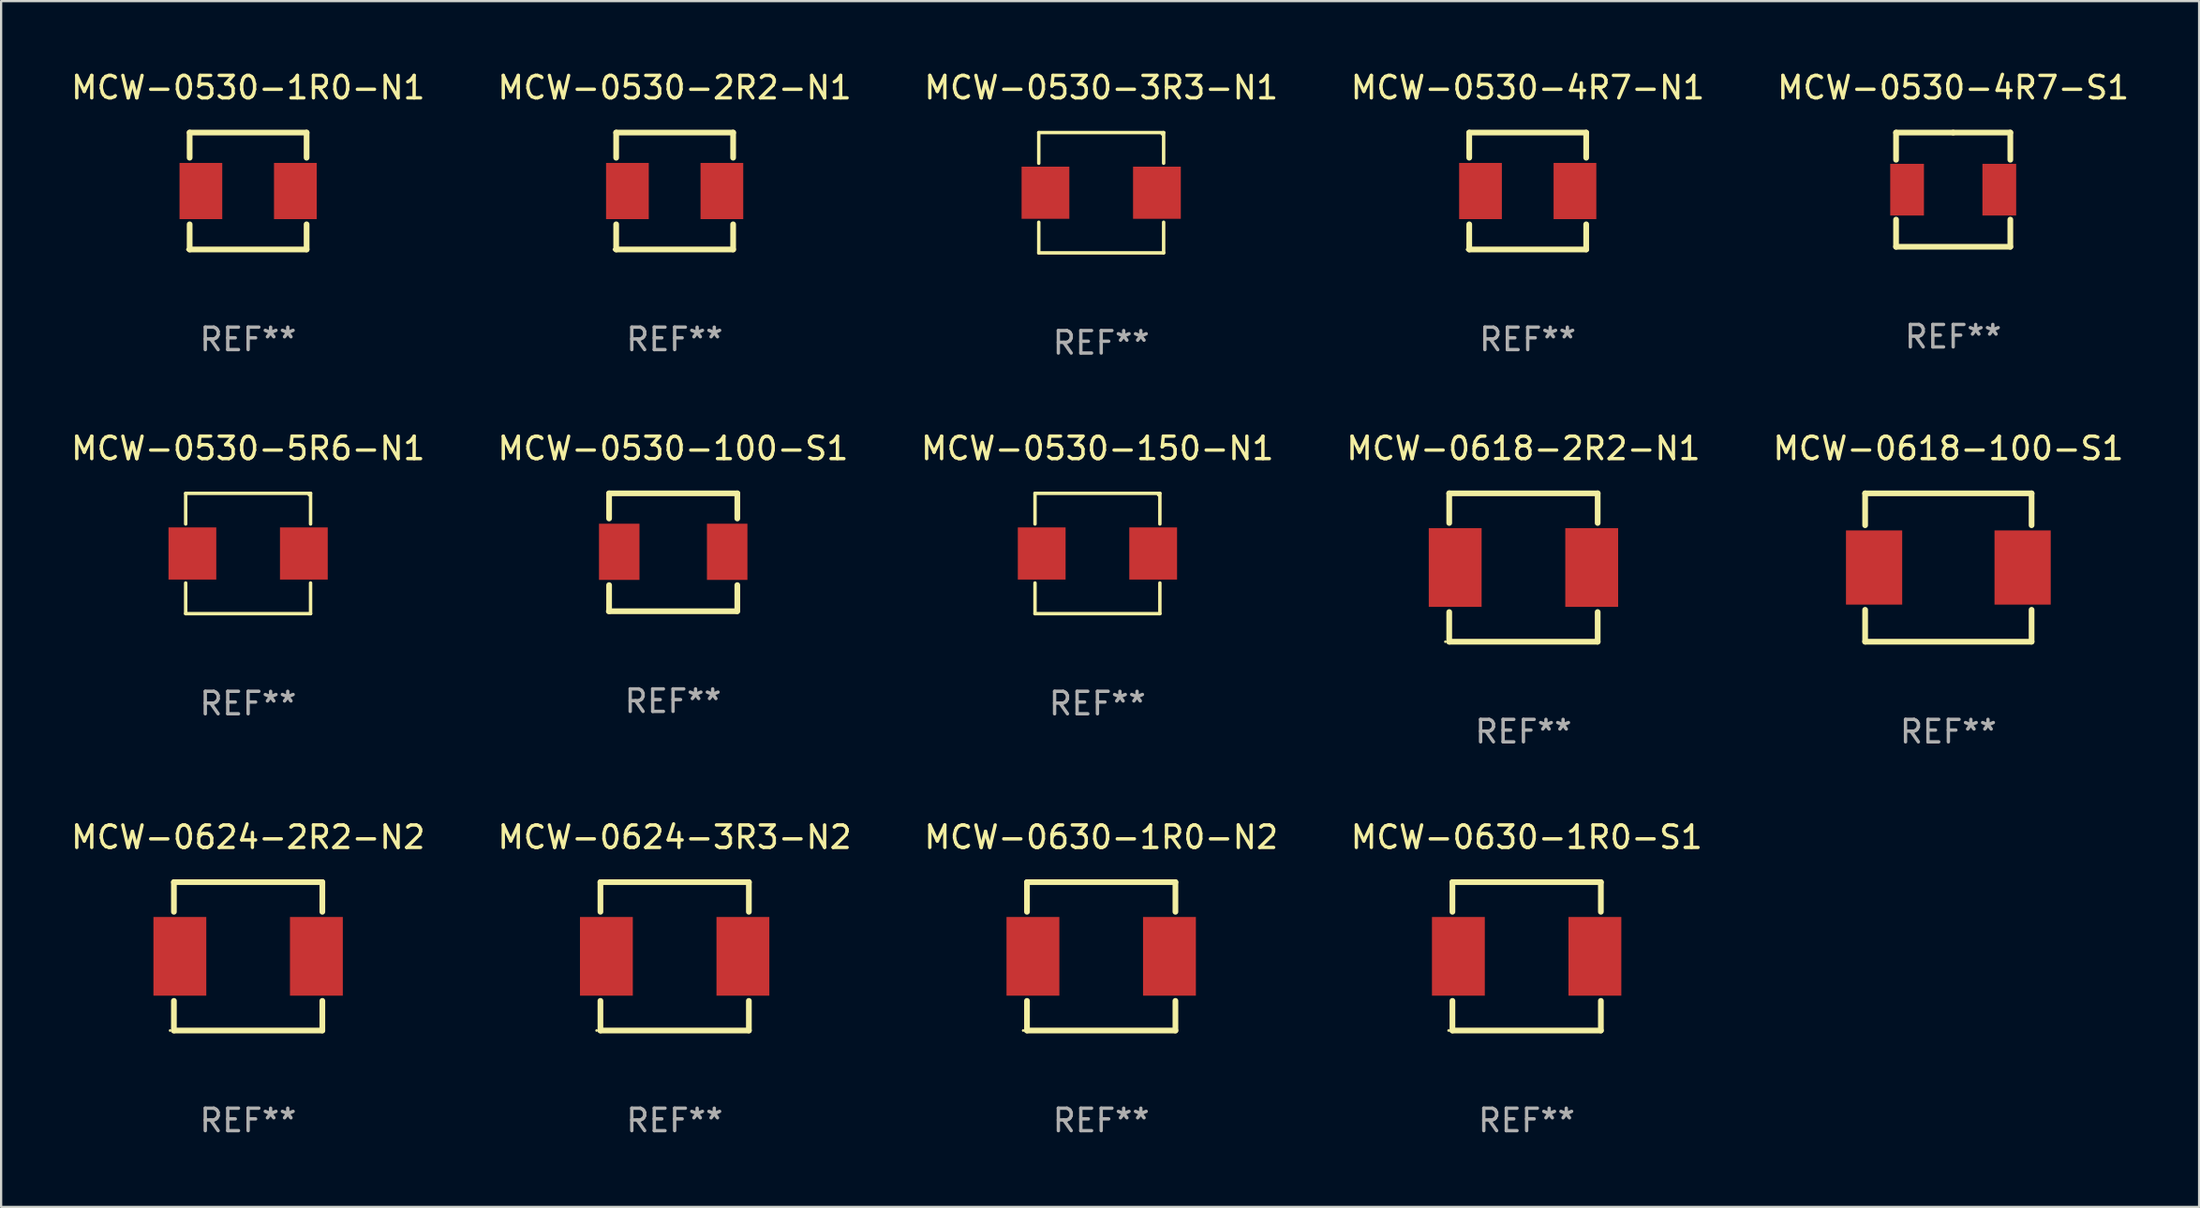
<source format=kicad_pcb>
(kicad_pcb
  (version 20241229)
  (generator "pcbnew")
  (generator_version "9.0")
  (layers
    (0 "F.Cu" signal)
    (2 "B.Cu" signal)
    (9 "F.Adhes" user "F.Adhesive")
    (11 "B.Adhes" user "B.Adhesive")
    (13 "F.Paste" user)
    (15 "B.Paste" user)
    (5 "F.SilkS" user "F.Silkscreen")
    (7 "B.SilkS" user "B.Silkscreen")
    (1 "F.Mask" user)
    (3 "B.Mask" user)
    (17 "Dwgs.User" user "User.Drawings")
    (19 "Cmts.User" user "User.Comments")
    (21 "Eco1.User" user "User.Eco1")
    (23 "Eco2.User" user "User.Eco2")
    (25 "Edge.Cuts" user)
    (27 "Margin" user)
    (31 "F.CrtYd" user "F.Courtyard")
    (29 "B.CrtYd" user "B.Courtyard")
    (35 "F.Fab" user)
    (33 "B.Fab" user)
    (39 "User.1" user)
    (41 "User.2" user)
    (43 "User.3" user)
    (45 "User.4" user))
  (footprint "MCW-0624-2R2-N2"
    (layer "F.Cu")
    (at 7.982 39.494)
    (property "Reference" "MCW-0624-2R2-N2" (at 0 -5.3 0) (layer "F.SilkS") (effects (font (size 1 1) (thickness 0.15))))
    (attr through_hole)
    (fp_line (start -3.3 -3.3) (end 3.3 -3.3) (stroke (width 0.254) (type solid)) (layer "F.SilkS"))
    (fp_line (start -3.3 -1.981) (end -3.3 -3.3) (stroke (width 0.254) (type solid)) (layer "F.SilkS"))
    (fp_line (start -3.3 3.3) (end -3.3 1.981) (stroke (width 0.254) (type solid)) (layer "F.SilkS"))
    (fp_line (start 3.3 -3.3) (end 3.3 -1.981) (stroke (width 0.254) (type solid)) (layer "F.SilkS"))
    (fp_line (start 3.3 1.981) (end 3.3 3.3) (stroke (width 0.254) (type solid)) (layer "F.SilkS"))
    (fp_line (start 3.3 3.3) (end -3.3 3.3) (stroke (width 0.254) (type solid)) (layer "F.SilkS"))
    (fp_circle (center -3.47 3.3) (end -3.44 3.3) (stroke (width 0.06) (type solid)) (fill no) (layer "F.SilkS"))
    (fp_text user "REF**" (at 0 7.3 0) (layer "F.Fab") (effects (font (size 1 1) (thickness 0.15))))
    (pad "1" smd rect (at -3.035 0) (size 2.35 3.5) (layers "F.Cu" "F.Mask" "F.Paste"))
    (pad "2" smd rect (at 3.035 0) (size 2.35 3.5) (layers "F.Cu" "F.Mask" "F.Paste")))
  (footprint "MCW-0530-4R7-S1"
    (layer "F.Cu")
    (at 83.792 5.388)
    (property "Reference" "MCW-0530-4R7-S1" (at 0 -4.54 0) (layer "F.SilkS") (effects (font (size 1 1) (thickness 0.15))))
    (attr through_hole)
    (fp_line (start -2.54 -2.54) (end 0 -2.54) (stroke (width 0.254) (type solid)) (layer "F.SilkS"))
    (fp_line (start -2.54 -1.331) (end -2.54 -2.54) (stroke (width 0.254) (type solid)) (layer "F.SilkS"))
    (fp_line (start -2.54 2.54) (end -2.54 1.331) (stroke (width 0.254) (type solid)) (layer "F.SilkS"))
    (fp_line (start 0 -2.54) (end 2.54 -2.54) (stroke (width 0.254) (type solid)) (layer "F.SilkS"))
    (fp_line (start 2.54 -2.54) (end 2.54 -1.331) (stroke (width 0.254) (type solid)) (layer "F.SilkS"))
    (fp_line (start 2.54 1.331) (end 2.54 2.54) (stroke (width 0.254) (type solid)) (layer "F.SilkS"))
    (fp_line (start 2.54 2.54) (end -2.54 2.54) (stroke (width 0.254) (type solid)) (layer "F.SilkS"))
    (fp_circle (center -2.5 2.5) (end -2.47 2.5) (stroke (width 0.06) (type solid)) (fill no) (layer "F.SilkS"))
    (fp_text user "REF**" (at 0 6.54 0) (layer "F.Fab") (effects (font (size 1 1) (thickness 0.15))))
    (pad "1" smd rect (at -2.05 0) (size 1.5 2.3) (layers "F.Cu" "F.Mask" "F.Paste"))
    (pad "2" smd rect (at 2.05 0) (size 1.5 2.3) (layers "F.Cu" "F.Mask" "F.Paste")))
  (footprint "MCW-0530-150-N1"
    (layer "F.Cu")
    (at 45.744 21.573)
    (property "Reference" "MCW-0530-150-N1" (at 0 -4.676 0) (layer "F.SilkS") (effects (font (size 1 1) (thickness 0.15))))
    (attr through_hole)
    (fp_line (start -2.776 -2.676) (end 2.776 -2.676) (stroke (width 0.152) (type solid)) (layer "F.SilkS"))
    (fp_line (start -2.776 -1.312) (end -2.776 -2.676) (stroke (width 0.152) (type solid)) (layer "F.SilkS"))
    (fp_line (start -2.776 1.312) (end -2.776 2.676) (stroke (width 0.152) (type solid)) (layer "F.SilkS"))
    (fp_line (start -2.776 2.676) (end 2.776 2.676) (stroke (width 0.152) (type solid)) (layer "F.SilkS"))
    (fp_line (start 2.776 -2.676) (end 2.776 -1.312) (stroke (width 0.152) (type solid)) (layer "F.SilkS"))
    (fp_line (start 2.776 2.676) (end 2.776 1.312) (stroke (width 0.152) (type solid)) (layer "F.SilkS"))
    (fp_circle (center 2.7 -2.6) (end 2.73 -2.6) (stroke (width 0.06) (type solid)) (fill no) (layer "F.SilkS"))
    (fp_text user "REF**" (at 0 6.676 0) (layer "F.Fab") (effects (font (size 1 1) (thickness 0.15))))
    (pad "1" smd rect (at 2.478 0) (size 2.124 2.32) (layers "F.Cu" "F.Mask" "F.Paste"))
    (pad "2" smd rect (at -2.478 0) (size 2.124 2.32) (layers "F.Cu" "F.Mask" "F.Paste")))
  (footprint "MCW-0530-1R0-N1"
    (layer "F.Cu")
    (at 7.982 5.448)
    (property "Reference" "MCW-0530-1R0-N1" (at 0 -4.6 0) (layer "F.SilkS") (effects (font (size 1 1) (thickness 0.15))))
    (attr through_hole)
    (fp_line (start -2.6 -2.6) (end 2.6 -2.6) (stroke (width 0.254) (type solid)) (layer "F.SilkS"))
    (fp_line (start -2.6 -1.481) (end -2.6 -2.6) (stroke (width 0.254) (type solid)) (layer "F.SilkS"))
    (fp_line (start -2.6 2.6) (end -2.6 1.481) (stroke (width 0.254) (type solid)) (layer "F.SilkS"))
    (fp_line (start 2.6 -2.6) (end 2.6 -1.481) (stroke (width 0.254) (type solid)) (layer "F.SilkS"))
    (fp_line (start 2.6 1.481) (end 2.6 2.6) (stroke (width 0.254) (type solid)) (layer "F.SilkS"))
    (fp_line (start 2.6 2.6) (end -2.6 2.6) (stroke (width 0.254) (type solid)) (layer "F.SilkS"))
    (fp_circle (center -2.7 2.6) (end -2.67 2.6) (stroke (width 0.06) (type solid)) (fill no) (layer "F.SilkS"))
    (fp_text user "REF**" (at 0 6.6 0) (layer "F.Fab") (effects (font (size 1 1) (thickness 0.15))))
    (pad "1" smd rect (at -2.1 0) (size 1.9 2.5) (layers "F.Cu" "F.Mask" "F.Paste"))
    (pad "2" smd rect (at 2.1 0) (size 1.9 2.5) (layers "F.Cu" "F.Mask" "F.Paste")))
  (footprint "MCW-0624-3R3-N2"
    (layer "F.Cu")
    (at 26.946 39.494)
    (property "Reference" "MCW-0624-3R3-N2" (at 0 -5.3 0) (layer "F.SilkS") (effects (font (size 1 1) (thickness 0.15))))
    (attr through_hole)
    (fp_line (start -3.3 -3.3) (end 3.3 -3.3) (stroke (width 0.254) (type solid)) (layer "F.SilkS"))
    (fp_line (start -3.3 -1.981) (end -3.3 -3.3) (stroke (width 0.254) (type solid)) (layer "F.SilkS"))
    (fp_line (start -3.3 3.3) (end -3.3 1.981) (stroke (width 0.254) (type solid)) (layer "F.SilkS"))
    (fp_line (start 3.3 -3.3) (end 3.3 -1.981) (stroke (width 0.254) (type solid)) (layer "F.SilkS"))
    (fp_line (start 3.3 1.981) (end 3.3 3.3) (stroke (width 0.254) (type solid)) (layer "F.SilkS"))
    (fp_line (start 3.3 3.3) (end -3.3 3.3) (stroke (width 0.254) (type solid)) (layer "F.SilkS"))
    (fp_circle (center -3.47 3.3) (end -3.44 3.3) (stroke (width 0.06) (type solid)) (fill no) (layer "F.SilkS"))
    (fp_text user "REF**" (at 0 7.3 0) (layer "F.Fab") (effects (font (size 1 1) (thickness 0.15))))
    (pad "1" smd rect (at -3.035 0) (size 2.35 3.5) (layers "F.Cu" "F.Mask" "F.Paste"))
    (pad "2" smd rect (at 3.035 0) (size 2.35 3.5) (layers "F.Cu" "F.Mask" "F.Paste")))
  (footprint "MCW-0630-1R0-S1"
    (layer "F.Cu")
    (at 64.827 39.494)
    (property "Reference" "MCW-0630-1R0-S1" (at 0 -5.3 0) (layer "F.SilkS") (effects (font (size 1 1) (thickness 0.15))))
    (attr through_hole)
    (fp_line (start -3.3 -3.3) (end 3.3 -3.3) (stroke (width 0.254) (type solid)) (layer "F.SilkS"))
    (fp_line (start -3.3 -1.981) (end -3.3 -3.3) (stroke (width 0.254) (type solid)) (layer "F.SilkS"))
    (fp_line (start -3.3 3.3) (end -3.3 1.981) (stroke (width 0.254) (type solid)) (layer "F.SilkS"))
    (fp_line (start 3.3 -3.3) (end 3.3 -1.981) (stroke (width 0.254) (type solid)) (layer "F.SilkS"))
    (fp_line (start 3.3 1.981) (end 3.3 3.3) (stroke (width 0.254) (type solid)) (layer "F.SilkS"))
    (fp_line (start 3.3 3.3) (end -3.3 3.3) (stroke (width 0.254) (type solid)) (layer "F.SilkS"))
    (fp_circle (center -3.47 3.3) (end -3.44 3.3) (stroke (width 0.06) (type solid)) (fill no) (layer "F.SilkS"))
    (fp_text user "REF**" (at 0 7.3 0) (layer "F.Fab") (effects (font (size 1 1) (thickness 0.15))))
    (pad "1" smd rect (at -3.035 0) (size 2.35 3.5) (layers "F.Cu" "F.Mask" "F.Paste"))
    (pad "2" smd rect (at 3.035 0) (size 2.35 3.5) (layers "F.Cu" "F.Mask" "F.Paste")))
  (footprint "MCW-0530-2R2-N1"
    (layer "F.Cu")
    (at 26.946 5.448)
    (property "Reference" "MCW-0530-2R2-N1" (at 0 -4.6 0) (layer "F.SilkS") (effects (font (size 1 1) (thickness 0.15))))
    (attr through_hole)
    (fp_line (start -2.6 -2.6) (end 2.6 -2.6) (stroke (width 0.254) (type solid)) (layer "F.SilkS"))
    (fp_line (start -2.6 -1.481) (end -2.6 -2.6) (stroke (width 0.254) (type solid)) (layer "F.SilkS"))
    (fp_line (start -2.6 2.6) (end -2.6 1.481) (stroke (width 0.254) (type solid)) (layer "F.SilkS"))
    (fp_line (start 2.6 -2.6) (end 2.6 -1.481) (stroke (width 0.254) (type solid)) (layer "F.SilkS"))
    (fp_line (start 2.6 1.481) (end 2.6 2.6) (stroke (width 0.254) (type solid)) (layer "F.SilkS"))
    (fp_line (start 2.6 2.6) (end -2.6 2.6) (stroke (width 0.254) (type solid)) (layer "F.SilkS"))
    (fp_circle (center -2.7 2.6) (end -2.67 2.6) (stroke (width 0.06) (type solid)) (fill no) (layer "F.SilkS"))
    (fp_text user "REF**" (at 0 6.6 0) (layer "F.Fab") (effects (font (size 1 1) (thickness 0.15))))
    (pad "1" smd rect (at -2.1 0) (size 1.9 2.5) (layers "F.Cu" "F.Mask" "F.Paste"))
    (pad "2" smd rect (at 2.1 0) (size 1.9 2.5) (layers "F.Cu" "F.Mask" "F.Paste")))
  (footprint "MCW-0530-4R7-N1"
    (layer "F.Cu")
    (at 64.875 5.448)
    (property "Reference" "MCW-0530-4R7-N1" (at 0 -4.6 0) (layer "F.SilkS") (effects (font (size 1 1) (thickness 0.15))))
    (attr through_hole)
    (fp_line (start -2.6 -2.6) (end 2.6 -2.6) (stroke (width 0.254) (type solid)) (layer "F.SilkS"))
    (fp_line (start -2.6 -1.481) (end -2.6 -2.6) (stroke (width 0.254) (type solid)) (layer "F.SilkS"))
    (fp_line (start -2.6 2.6) (end -2.6 1.481) (stroke (width 0.254) (type solid)) (layer "F.SilkS"))
    (fp_line (start 2.6 -2.6) (end 2.6 -1.481) (stroke (width 0.254) (type solid)) (layer "F.SilkS"))
    (fp_line (start 2.6 1.481) (end 2.6 2.6) (stroke (width 0.254) (type solid)) (layer "F.SilkS"))
    (fp_line (start 2.6 2.6) (end -2.6 2.6) (stroke (width 0.254) (type solid)) (layer "F.SilkS"))
    (fp_circle (center -2.7 2.6) (end -2.67 2.6) (stroke (width 0.06) (type solid)) (fill no) (layer "F.SilkS"))
    (fp_text user "REF**" (at 0 6.6 0) (layer "F.Fab") (effects (font (size 1 1) (thickness 0.15))))
    (pad "1" smd rect (at -2.1 0) (size 1.9 2.5) (layers "F.Cu" "F.Mask" "F.Paste"))
    (pad "2" smd rect (at 2.1 0) (size 1.9 2.5) (layers "F.Cu" "F.Mask" "F.Paste")))
  (footprint "MCW-0630-1R0-N2"
    (layer "F.Cu")
    (at 45.911 39.494)
    (property "Reference" "MCW-0630-1R0-N2" (at 0 -5.3 0) (layer "F.SilkS") (effects (font (size 1 1) (thickness 0.15))))
    (attr through_hole)
    (fp_line (start -3.3 -3.3) (end 3.3 -3.3) (stroke (width 0.254) (type solid)) (layer "F.SilkS"))
    (fp_line (start -3.3 -1.981) (end -3.3 -3.3) (stroke (width 0.254) (type solid)) (layer "F.SilkS"))
    (fp_line (start -3.3 3.3) (end -3.3 1.981) (stroke (width 0.254) (type solid)) (layer "F.SilkS"))
    (fp_line (start 3.3 -3.3) (end 3.3 -1.981) (stroke (width 0.254) (type solid)) (layer "F.SilkS"))
    (fp_line (start 3.3 1.981) (end 3.3 3.3) (stroke (width 0.254) (type solid)) (layer "F.SilkS"))
    (fp_line (start 3.3 3.3) (end -3.3 3.3) (stroke (width 0.254) (type solid)) (layer "F.SilkS"))
    (fp_circle (center -3.47 3.3) (end -3.44 3.3) (stroke (width 0.06) (type solid)) (fill no) (layer "F.SilkS"))
    (fp_text user "REF**" (at 0 7.3 0) (layer "F.Fab") (effects (font (size 1 1) (thickness 0.15))))
    (pad "1" smd rect (at -3.035 0) (size 2.35 3.5) (layers "F.Cu" "F.Mask" "F.Paste"))
    (pad "2" smd rect (at 3.035 0) (size 2.35 3.5) (layers "F.Cu" "F.Mask" "F.Paste")))
  (footprint "MCW-0530-5R6-N1"
    (layer "F.Cu")
    (at 7.982 21.573)
    (property "Reference" "MCW-0530-5R6-N1" (at 0 -4.676 0) (layer "F.SilkS") (effects (font (size 1 1) (thickness 0.15))))
    (attr through_hole)
    (fp_line (start -2.776 -2.676) (end 2.776 -2.676) (stroke (width 0.152) (type solid)) (layer "F.SilkS"))
    (fp_line (start -2.776 -1.312) (end -2.776 -2.676) (stroke (width 0.152) (type solid)) (layer "F.SilkS"))
    (fp_line (start -2.776 1.312) (end -2.776 2.676) (stroke (width 0.152) (type solid)) (layer "F.SilkS"))
    (fp_line (start -2.776 2.676) (end 2.776 2.676) (stroke (width 0.152) (type solid)) (layer "F.SilkS"))
    (fp_line (start 2.776 -2.676) (end 2.776 -1.312) (stroke (width 0.152) (type solid)) (layer "F.SilkS"))
    (fp_line (start 2.776 2.676) (end 2.776 1.312) (stroke (width 0.152) (type solid)) (layer "F.SilkS"))
    (fp_circle (center 2.7 -2.6) (end 2.73 -2.6) (stroke (width 0.06) (type solid)) (fill no) (layer "F.SilkS"))
    (fp_text user "REF**" (at 0 6.676 0) (layer "F.Fab") (effects (font (size 1 1) (thickness 0.15))))
    (pad "1" smd rect (at 2.478 0) (size 2.124 2.32) (layers "F.Cu" "F.Mask" "F.Paste"))
    (pad "2" smd rect (at -2.478 0) (size 2.124 2.32) (layers "F.Cu" "F.Mask" "F.Paste")))
  (footprint "MCW-0618-100-S1"
    (layer "F.Cu")
    (at 83.577 22.197)
    (property "Reference" "MCW-0618-100-S1" (at 0 -5.3 0) (layer "F.SilkS") (effects (font (size 1 1) (thickness 0.15))))
    (attr through_hole)
    (fp_line (start -3.7 -3.3) (end -3.7 -1.881) (stroke (width 0.254) (type solid)) (layer "F.SilkS"))
    (fp_line (start -3.7 -3.3) (end 3.7 -3.3) (stroke (width 0.254) (type solid)) (layer "F.SilkS"))
    (fp_line (start -3.7 1.881) (end -3.7 3.3) (stroke (width 0.254) (type solid)) (layer "F.SilkS"))
    (fp_line (start 3.7 -1.881) (end 3.7 -3.3) (stroke (width 0.254) (type solid)) (layer "F.SilkS"))
    (fp_line (start 3.7 3.3) (end -3.7 3.3) (stroke (width 0.254) (type solid)) (layer "F.SilkS"))
    (fp_line (start 3.7 3.3) (end 3.7 1.881) (stroke (width 0.254) (type solid)) (layer "F.SilkS"))
    (fp_circle (center -3.7 3.3) (end -3.67 3.3) (stroke (width 0.06) (type solid)) (fill no) (layer "F.SilkS"))
    (fp_text user "REF**" (at 0 7.3 0) (layer "F.Fab") (effects (font (size 1 1) (thickness 0.15))))
    (pad "1" smd rect (at -3.302 0) (size 2.5 3.3) (layers "F.Cu" "F.Mask" "F.Paste"))
    (pad "2" smd rect (at 3.302 0) (size 2.5 3.3) (layers "F.Cu" "F.Mask" "F.Paste")))
  (footprint "MCW-0530-3R3-N1"
    (layer "F.Cu")
    (at 45.911 5.524)
    (property "Reference" "MCW-0530-3R3-N1" (at 0 -4.676 0) (layer "F.SilkS") (effects (font (size 1 1) (thickness 0.15))))
    (attr through_hole)
    (fp_line (start -2.776 -2.676) (end 2.776 -2.676) (stroke (width 0.152) (type solid)) (layer "F.SilkS"))
    (fp_line (start -2.776 -1.312) (end -2.776 -2.676) (stroke (width 0.152) (type solid)) (layer "F.SilkS"))
    (fp_line (start -2.776 1.312) (end -2.776 2.676) (stroke (width 0.152) (type solid)) (layer "F.SilkS"))
    (fp_line (start -2.776 2.676) (end 2.776 2.676) (stroke (width 0.152) (type solid)) (layer "F.SilkS"))
    (fp_line (start 2.776 -2.676) (end 2.776 -1.312) (stroke (width 0.152) (type solid)) (layer "F.SilkS"))
    (fp_line (start 2.776 2.676) (end 2.776 1.312) (stroke (width 0.152) (type solid)) (layer "F.SilkS"))
    (fp_circle (center 2.7 -2.6) (end 2.73 -2.6) (stroke (width 0.06) (type solid)) (fill no) (layer "F.SilkS"))
    (fp_text user "REF**" (at 0 6.676 0) (layer "F.Fab") (effects (font (size 1 1) (thickness 0.15))))
    (pad "1" smd rect (at 2.478 0) (size 2.124 2.32) (layers "F.Cu" "F.Mask" "F.Paste"))
    (pad "2" smd rect (at -2.478 0) (size 2.124 2.32) (layers "F.Cu" "F.Mask" "F.Paste")))
  (footprint "MCW-0530-100-S1"
    (layer "F.Cu")
    (at 26.875 21.52)
    (property "Reference" "MCW-0530-100-S1" (at 0 -4.622 0) (layer "F.SilkS") (effects (font (size 1 1) (thickness 0.15))))
    (attr through_hole)
    (fp_line (start -2.843 -2.622) (end -2.843 -1.504) (stroke (width 0.254) (type solid)) (layer "F.SilkS"))
    (fp_line (start -2.843 -2.622) (end 2.857 -2.622) (stroke (width 0.254) (type solid)) (layer "F.SilkS"))
    (fp_line (start -2.843 1.459) (end -2.843 2.622) (stroke (width 0.254) (type solid)) (layer "F.SilkS"))
    (fp_line (start 2.843 2.622) (end -2.857 2.622) (stroke (width 0.254) (type solid)) (layer "F.SilkS"))
    (fp_line (start 2.857 -2.622) (end 2.857 -1.504) (stroke (width 0.254) (type solid)) (layer "F.SilkS"))
    (fp_line (start 2.857 1.459) (end 2.857 2.622) (stroke (width 0.254) (type solid)) (layer "F.SilkS"))
    (fp_circle (center -2.843 2.578) (end -2.813 2.578) (stroke (width 0.06) (type solid)) (fill no) (layer "F.SilkS"))
    (fp_text user "REF**" (at 0 6.622 0) (layer "F.Fab") (effects (font (size 1 1) (thickness 0.15))))
    (pad "1" smd rect (at -2.393 -0.022 270) (size 2.5 1.8) (layers "F.Cu" "F.Mask" "F.Paste"))
    (pad "2" smd rect (at 2.407 -0.022 270) (size 2.5 1.8) (layers "F.Cu" "F.Mask" "F.Paste")))
  (footprint "MCW-0618-2R2-N1"
    (layer "F.Cu")
    (at 64.685 22.197)
    (property "Reference" "MCW-0618-2R2-N1" (at 0 -5.3 0) (layer "F.SilkS") (effects (font (size 1 1) (thickness 0.15))))
    (attr through_hole)
    (fp_line (start -3.3 -3.3) (end 3.3 -3.3) (stroke (width 0.254) (type solid)) (layer "F.SilkS"))
    (fp_line (start -3.3 -1.981) (end -3.3 -3.3) (stroke (width 0.254) (type solid)) (layer "F.SilkS"))
    (fp_line (start -3.3 3.3) (end -3.3 1.981) (stroke (width 0.254) (type solid)) (layer "F.SilkS"))
    (fp_line (start 3.3 -3.3) (end 3.3 -1.981) (stroke (width 0.254) (type solid)) (layer "F.SilkS"))
    (fp_line (start 3.3 1.981) (end 3.3 3.3) (stroke (width 0.254) (type solid)) (layer "F.SilkS"))
    (fp_line (start 3.3 3.3) (end -3.3 3.3) (stroke (width 0.254) (type solid)) (layer "F.SilkS"))
    (fp_circle (center -3.47 3.3) (end -3.44 3.3) (stroke (width 0.06) (type solid)) (fill no) (layer "F.SilkS"))
    (fp_text user "REF**" (at 0 7.3 0) (layer "F.Fab") (effects (font (size 1 1) (thickness 0.15))))
    (pad "1" smd rect (at -3.035 0) (size 2.35 3.5) (layers "F.Cu" "F.Mask" "F.Paste"))
    (pad "2" smd rect (at 3.035 0) (size 2.35 3.5) (layers "F.Cu" "F.Mask" "F.Paste")))
  (gr_rect
    (start -3 -3)
    (end 94.726 50.642)
    (stroke (width 0.1) (type default))
    (fill no)
    (layer "Edge.Cuts")))
</source>
